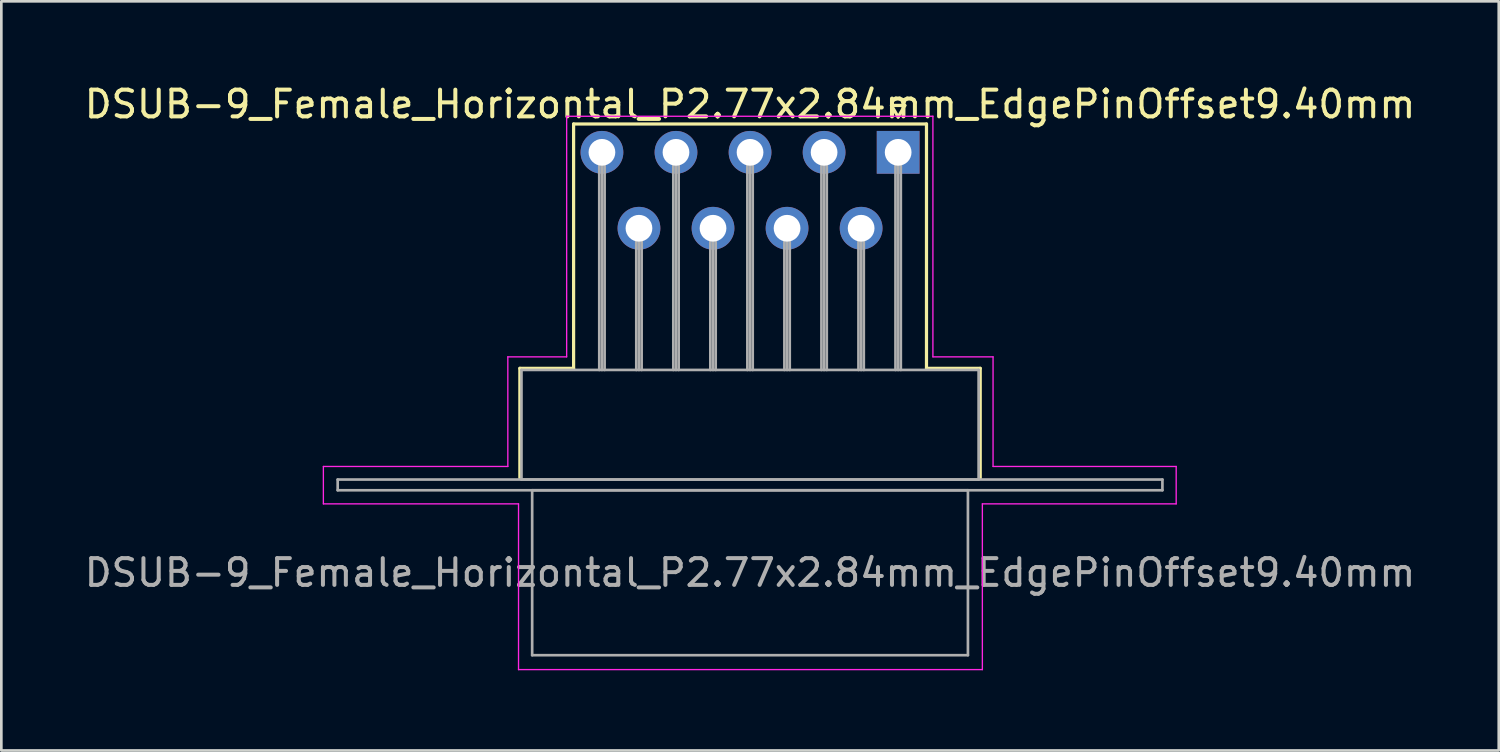
<source format=kicad_pcb>
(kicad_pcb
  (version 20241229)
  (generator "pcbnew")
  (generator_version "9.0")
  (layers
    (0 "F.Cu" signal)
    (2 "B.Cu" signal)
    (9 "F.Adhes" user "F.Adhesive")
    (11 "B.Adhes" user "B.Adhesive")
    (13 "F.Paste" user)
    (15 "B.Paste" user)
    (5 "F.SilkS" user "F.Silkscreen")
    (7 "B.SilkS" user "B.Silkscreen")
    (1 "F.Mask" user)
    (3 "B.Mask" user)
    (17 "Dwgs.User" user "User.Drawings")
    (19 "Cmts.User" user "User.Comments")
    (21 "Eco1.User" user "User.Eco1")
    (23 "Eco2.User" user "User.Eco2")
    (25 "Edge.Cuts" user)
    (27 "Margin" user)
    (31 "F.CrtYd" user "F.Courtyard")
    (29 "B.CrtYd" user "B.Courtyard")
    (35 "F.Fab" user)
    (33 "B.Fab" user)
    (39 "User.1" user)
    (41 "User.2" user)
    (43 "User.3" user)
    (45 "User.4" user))
  (footprint "DSUB-9_Female_Horizontal_P2.77x2.84mm_EdgePinOffset9.40mm"
    (layer "F.Cu")
    (at 30.546 2.648)
    (property "Reference" "DSUB-9_Female_Horizontal_P2.77x2.84mm_EdgePinOffset9.40mm" (at -5.54 -1.8 0) (layer "F.SilkS") (effects (font (size 1 1) (thickness 0.15))))
    (attr through_hole)
    (fp_line (start -14.15 8.08) (end -12.14 8.08) (stroke (width 0.12) (type solid)) (layer "F.SilkS"))
    (fp_line (start -14.15 12.18) (end -14.15 8.08) (stroke (width 0.12) (type solid)) (layer "F.SilkS"))
    (fp_line (start -12.14 -1.06) (end 1.06 -1.06) (stroke (width 0.12) (type solid)) (layer "F.SilkS"))
    (fp_line (start -12.14 8.08) (end -12.14 -1.06) (stroke (width 0.12) (type solid)) (layer "F.SilkS"))
    (fp_line (start -0.25 -1.754) (end 0.25 -1.754) (stroke (width 0.12) (type solid)) (layer "F.SilkS"))
    (fp_line (start 0 -1.321) (end -0.25 -1.754) (stroke (width 0.12) (type solid)) (layer "F.SilkS"))
    (fp_line (start 0.25 -1.754) (end 0 -1.321) (stroke (width 0.12) (type solid)) (layer "F.SilkS"))
    (fp_line (start 1.06 -1.06) (end 1.06 8.08) (stroke (width 0.12) (type solid)) (layer "F.SilkS"))
    (fp_line (start 1.06 8.08) (end 3.07 8.08) (stroke (width 0.12) (type solid)) (layer "F.SilkS"))
    (fp_line (start 3.07 8.08) (end 3.07 12.18) (stroke (width 0.12) (type solid)) (layer "F.SilkS"))
    (fp_line (start -21.5 11.75) (end -14.6 11.75) (stroke (width 0.05) (type solid)) (layer "F.CrtYd"))
    (fp_line (start -21.5 13.15) (end -21.5 11.75) (stroke (width 0.05) (type solid)) (layer "F.CrtYd"))
    (fp_line (start -14.6 7.65) (end -12.4 7.65) (stroke (width 0.05) (type solid)) (layer "F.CrtYd"))
    (fp_line (start -14.6 11.75) (end -14.6 7.65) (stroke (width 0.05) (type solid)) (layer "F.CrtYd"))
    (fp_line (start -14.2 13.15) (end -21.5 13.15) (stroke (width 0.05) (type solid)) (layer "F.CrtYd"))
    (fp_line (start -14.2 19.35) (end -14.2 13.15) (stroke (width 0.05) (type solid)) (layer "F.CrtYd"))
    (fp_line (start -12.4 -1.35) (end 1.3 -1.35) (stroke (width 0.05) (type solid)) (layer "F.CrtYd"))
    (fp_line (start -12.4 7.65) (end -12.4 -1.35) (stroke (width 0.05) (type solid)) (layer "F.CrtYd"))
    (fp_line (start 1.3 -1.35) (end 1.3 7.65) (stroke (width 0.05) (type solid)) (layer "F.CrtYd"))
    (fp_line (start 1.3 7.65) (end 3.55 7.65) (stroke (width 0.05) (type solid)) (layer "F.CrtYd"))
    (fp_line (start 3.15 13.15) (end 3.15 19.35) (stroke (width 0.05) (type solid)) (layer "F.CrtYd"))
    (fp_line (start 3.15 19.35) (end -14.2 19.35) (stroke (width 0.05) (type solid)) (layer "F.CrtYd"))
    (fp_line (start 3.55 7.65) (end 3.55 11.75) (stroke (width 0.05) (type solid)) (layer "F.CrtYd"))
    (fp_line (start 3.55 11.75) (end 10.4 11.75) (stroke (width 0.05) (type solid)) (layer "F.CrtYd"))
    (fp_line (start 10.4 11.75) (end 10.4 13.15) (stroke (width 0.05) (type solid)) (layer "F.CrtYd"))
    (fp_line (start 10.4 13.15) (end 3.15 13.15) (stroke (width 0.05) (type solid)) (layer "F.CrtYd"))
    (fp_line (start -20.965 12.24) (end -20.965 12.64) (stroke (width 0.1) (type solid)) (layer "F.Fab"))
    (fp_line (start -20.965 12.64) (end 9.885 12.64) (stroke (width 0.1) (type solid)) (layer "F.Fab"))
    (fp_line (start -14.09 8.14) (end -14.09 12.24) (stroke (width 0.1) (type solid)) (layer "F.Fab"))
    (fp_line (start -14.09 12.24) (end 3.01 12.24) (stroke (width 0.1) (type solid)) (layer "F.Fab"))
    (fp_line (start -13.69 12.64) (end -13.69 18.81) (stroke (width 0.1) (type solid)) (layer "F.Fab"))
    (fp_line (start -13.69 18.81) (end 2.61 18.81) (stroke (width 0.1) (type solid)) (layer "F.Fab"))
    (fp_line (start -11.18 0) (end -11.18 8.14) (stroke (width 0.1) (type solid)) (layer "F.Fab"))
    (fp_line (start -11.08 0) (end -11.08 8.14) (stroke (width 0.1) (type solid)) (layer "F.Fab"))
    (fp_line (start -10.98 0) (end -10.98 8.14) (stroke (width 0.1) (type solid)) (layer "F.Fab"))
    (fp_line (start -9.795 2.84) (end -9.795 8.14) (stroke (width 0.1) (type solid)) (layer "F.Fab"))
    (fp_line (start -9.695 2.84) (end -9.695 8.14) (stroke (width 0.1) (type solid)) (layer "F.Fab"))
    (fp_line (start -9.595 2.84) (end -9.595 8.14) (stroke (width 0.1) (type solid)) (layer "F.Fab"))
    (fp_line (start -8.41 0) (end -8.41 8.14) (stroke (width 0.1) (type solid)) (layer "F.Fab"))
    (fp_line (start -8.31 0) (end -8.31 8.14) (stroke (width 0.1) (type solid)) (layer "F.Fab"))
    (fp_line (start -8.21 0) (end -8.21 8.14) (stroke (width 0.1) (type solid)) (layer "F.Fab"))
    (fp_line (start -7.025 2.84) (end -7.025 8.14) (stroke (width 0.1) (type solid)) (layer "F.Fab"))
    (fp_line (start -6.925 2.84) (end -6.925 8.14) (stroke (width 0.1) (type solid)) (layer "F.Fab"))
    (fp_line (start -6.825 2.84) (end -6.825 8.14) (stroke (width 0.1) (type solid)) (layer "F.Fab"))
    (fp_line (start -5.64 0) (end -5.64 8.14) (stroke (width 0.1) (type solid)) (layer "F.Fab"))
    (fp_line (start -5.54 0) (end -5.54 8.14) (stroke (width 0.1) (type solid)) (layer "F.Fab"))
    (fp_line (start -5.44 0) (end -5.44 8.14) (stroke (width 0.1) (type solid)) (layer "F.Fab"))
    (fp_line (start -4.255 2.84) (end -4.255 8.14) (stroke (width 0.1) (type solid)) (layer "F.Fab"))
    (fp_line (start -4.155 2.84) (end -4.155 8.14) (stroke (width 0.1) (type solid)) (layer "F.Fab"))
    (fp_line (start -4.055 2.84) (end -4.055 8.14) (stroke (width 0.1) (type solid)) (layer "F.Fab"))
    (fp_line (start -2.87 0) (end -2.87 8.14) (stroke (width 0.1) (type solid)) (layer "F.Fab"))
    (fp_line (start -2.77 0) (end -2.77 8.14) (stroke (width 0.1) (type solid)) (layer "F.Fab"))
    (fp_line (start -2.67 0) (end -2.67 8.14) (stroke (width 0.1) (type solid)) (layer "F.Fab"))
    (fp_line (start -1.485 2.84) (end -1.485 8.14) (stroke (width 0.1) (type solid)) (layer "F.Fab"))
    (fp_line (start -1.385 2.84) (end -1.385 8.14) (stroke (width 0.1) (type solid)) (layer "F.Fab"))
    (fp_line (start -1.285 2.84) (end -1.285 8.14) (stroke (width 0.1) (type solid)) (layer "F.Fab"))
    (fp_line (start -0.1 0) (end -0.1 8.14) (stroke (width 0.1) (type solid)) (layer "F.Fab"))
    (fp_line (start 0 0) (end 0 8.14) (stroke (width 0.1) (type solid)) (layer "F.Fab"))
    (fp_line (start 0.1 0) (end 0.1 8.14) (stroke (width 0.1) (type solid)) (layer "F.Fab"))
    (fp_line (start 2.61 12.64) (end -13.69 12.64) (stroke (width 0.1) (type solid)) (layer "F.Fab"))
    (fp_line (start 2.61 18.81) (end 2.61 12.64) (stroke (width 0.1) (type solid)) (layer "F.Fab"))
    (fp_line (start 3.01 8.14) (end -14.09 8.14) (stroke (width 0.1) (type solid)) (layer "F.Fab"))
    (fp_line (start 3.01 12.24) (end 3.01 8.14) (stroke (width 0.1) (type solid)) (layer "F.Fab"))
    (fp_line (start 9.885 12.24) (end -20.965 12.24) (stroke (width 0.1) (type solid)) (layer "F.Fab"))
    (fp_line (start 9.885 12.64) (end 9.885 12.24) (stroke (width 0.1) (type solid)) (layer "F.Fab"))
    (fp_text user "${REFERENCE}" (at -5.54 15.725 0) (layer "F.Fab") (effects (font (size 1 1) (thickness 0.15))))
    (pad "1" thru_hole rect (at 0 0) (size 1.6 1.6) (drill 1) (layers "*.Cu" "*.Mask"))
    (pad "2" thru_hole circle (at -2.77 0) (size 1.6 1.6) (drill 1) (layers "*.Cu" "*.Mask"))
    (pad "3" thru_hole circle (at -5.54 0) (size 1.6 1.6) (drill 1) (layers "*.Cu" "*.Mask"))
    (pad "4" thru_hole circle (at -8.31 0) (size 1.6 1.6) (drill 1) (layers "*.Cu" "*.Mask"))
    (pad "5" thru_hole circle (at -11.08 0) (size 1.6 1.6) (drill 1) (layers "*.Cu" "*.Mask"))
    (pad "6" thru_hole circle (at -1.385 2.84) (size 1.6 1.6) (drill 1) (layers "*.Cu" "*.Mask"))
    (pad "7" thru_hole circle (at -4.155 2.84) (size 1.6 1.6) (drill 1) (layers "*.Cu" "*.Mask"))
    (pad "8" thru_hole circle (at -6.925 2.84) (size 1.6 1.6) (drill 1) (layers "*.Cu" "*.Mask"))
    (pad "9" thru_hole circle (at -9.695 2.84) (size 1.6 1.6) (drill 1) (layers "*.Cu" "*.Mask")))
  (gr_rect
    (start -3 -3)
    (end 53.012 25.023)
    (stroke (width 0.1) (type default))
    (fill no)
    (layer "Edge.Cuts")))
</source>
